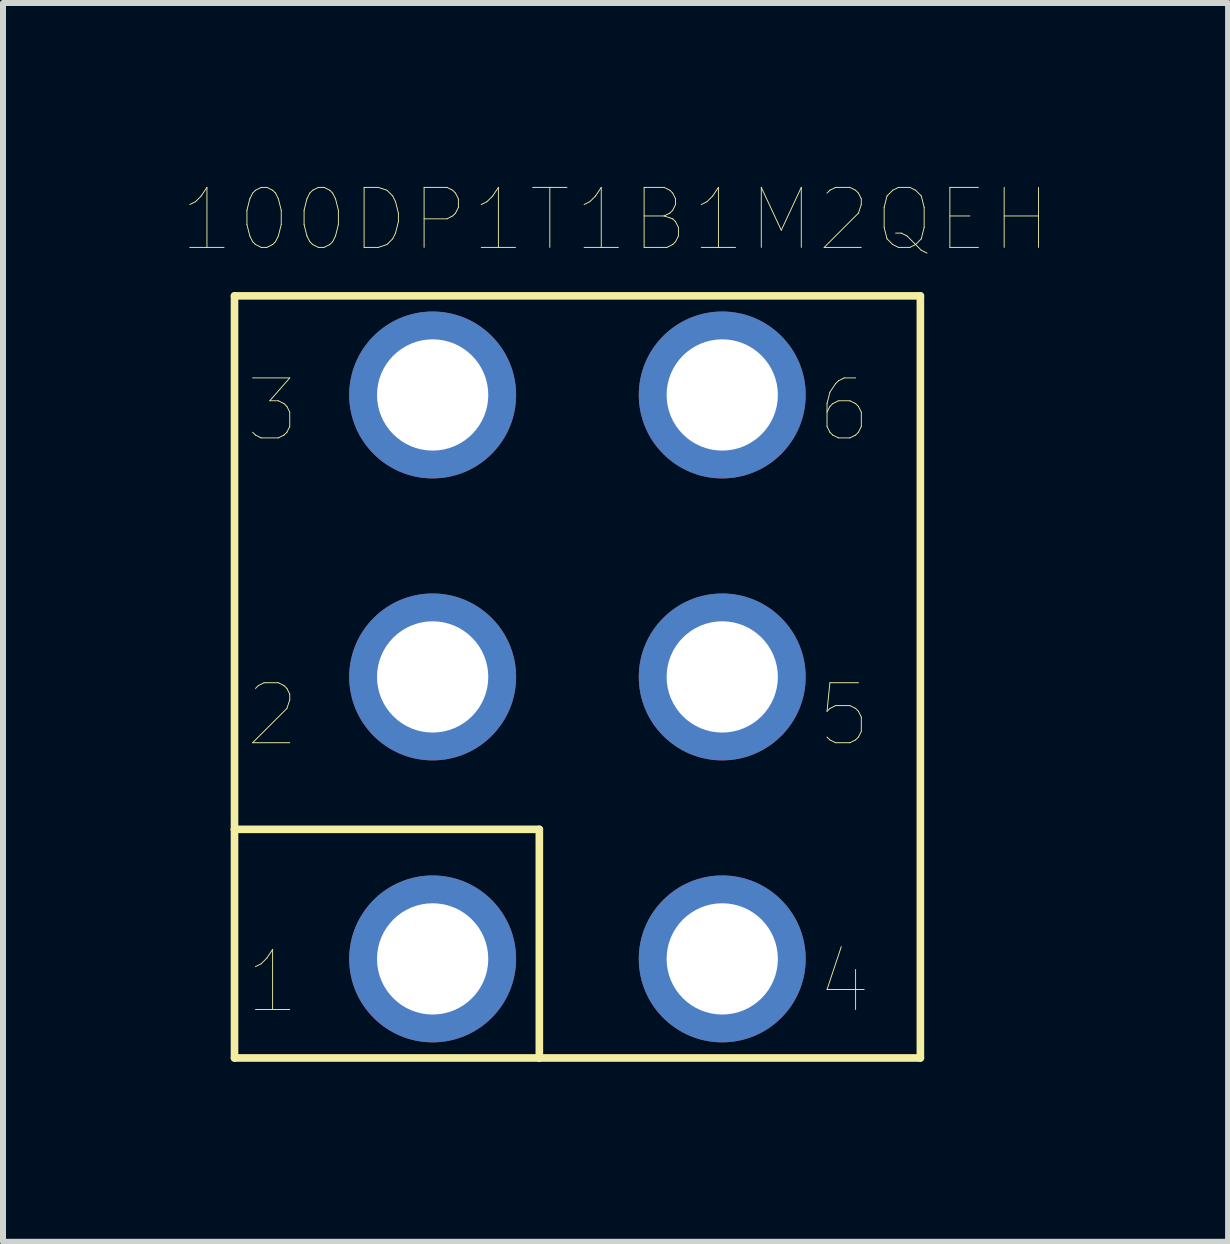
<source format=kicad_pcb>
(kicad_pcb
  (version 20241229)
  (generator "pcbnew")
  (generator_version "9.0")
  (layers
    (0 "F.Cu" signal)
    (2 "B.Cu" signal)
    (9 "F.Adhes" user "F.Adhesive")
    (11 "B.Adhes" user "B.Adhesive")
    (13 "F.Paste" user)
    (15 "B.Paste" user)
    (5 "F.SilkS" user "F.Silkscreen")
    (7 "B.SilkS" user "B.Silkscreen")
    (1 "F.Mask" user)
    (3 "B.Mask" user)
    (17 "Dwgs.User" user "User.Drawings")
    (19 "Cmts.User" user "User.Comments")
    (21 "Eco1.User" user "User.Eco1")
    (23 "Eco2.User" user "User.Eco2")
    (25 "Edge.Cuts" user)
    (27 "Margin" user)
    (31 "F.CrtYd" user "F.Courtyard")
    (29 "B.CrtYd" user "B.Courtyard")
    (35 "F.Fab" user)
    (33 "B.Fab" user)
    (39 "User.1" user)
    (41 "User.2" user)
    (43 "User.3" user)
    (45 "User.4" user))
  (footprint "100DP1T1B1M2QEH"
    (layer "F.Cu")
    (at 6.573 8.231)
    (property "Reference" "100DP1T1B1M2QEH" (at 0.635 -7.62 0) (layer "F.SilkS") (effects (font (size 1 1) (thickness 0.015))))
    (attr through_hole)
    (fp_line (start -5.715 -6.35) (end 5.715 -6.35) (stroke (width 0.127) (type solid)) (layer "F.SilkS"))
    (fp_line (start -5.715 2.54) (end -5.715 -6.35) (stroke (width 0.127) (type solid)) (layer "F.SilkS"))
    (fp_line (start -5.715 2.54) (end -0.635 2.54) (stroke (width 0.127) (type solid)) (layer "F.SilkS"))
    (fp_line (start -5.715 6.35) (end -5.715 2.54) (stroke (width 0.127) (type solid)) (layer "F.SilkS"))
    (fp_line (start -0.635 2.54) (end -0.635 6.35) (stroke (width 0.127) (type solid)) (layer "F.SilkS"))
    (fp_line (start -0.635 6.35) (end -5.715 6.35) (stroke (width 0.127) (type solid)) (layer "F.SilkS"))
    (fp_line (start 5.715 -6.35) (end 5.715 6.35) (stroke (width 0.127) (type solid)) (layer "F.SilkS"))
    (fp_line (start 5.715 6.35) (end -0.635 6.35) (stroke (width 0.127) (type solid)) (layer "F.SilkS"))
    (fp_text user "1" (at -5.08 5.08 0) (layer "F.SilkS") (effects (font (size 1 1) (thickness 0.015))))
    (fp_text user "3" (at -5.08 -4.445 0) (layer "F.SilkS") (effects (font (size 1 1) (thickness 0.015))))
    (fp_text user "2" (at -5.08 0.635 0) (layer "F.SilkS") (effects (font (size 1 1) (thickness 0.015))))
    (fp_text user "6" (at 4.445 -4.445 0) (layer "F.SilkS") (effects (font (size 1 1) (thickness 0.015))))
    (fp_text user "4" (at 4.445 5.08 0) (layer "F.SilkS") (effects (font (size 1 1) (thickness 0.015))))
    (fp_text user "5" (at 4.445 0.635 0) (layer "F.SilkS") (effects (font (size 1 1) (thickness 0.015))))
    (pad "1" thru_hole circle (at -2.413 4.699) (size 2.781 2.781) (drill 1.854) (layers "*.Cu" "*.Mask"))
    (pad "2" thru_hole circle (at -2.413 0) (size 2.781 2.781) (drill 1.854) (layers "*.Cu" "*.Mask"))
    (pad "3" thru_hole circle (at -2.413 -4.699) (size 2.781 2.781) (drill 1.854) (layers "*.Cu" "*.Mask"))
    (pad "4" thru_hole circle (at 2.413 4.699) (size 2.781 2.781) (drill 1.854) (layers "*.Cu" "*.Mask"))
    (pad "5" thru_hole circle (at 2.413 0) (size 2.781 2.781) (drill 1.854) (layers "*.Cu" "*.Mask"))
    (pad "6" thru_hole circle (at 2.413 -4.699) (size 2.781 2.781) (drill 1.854) (layers "*.Cu" "*.Mask")))
  (gr_rect
    (start -3 -3)
    (end 17.416 17.645)
    (stroke (width 0.1) (type default))
    (fill no)
    (layer "Edge.Cuts")))
</source>
